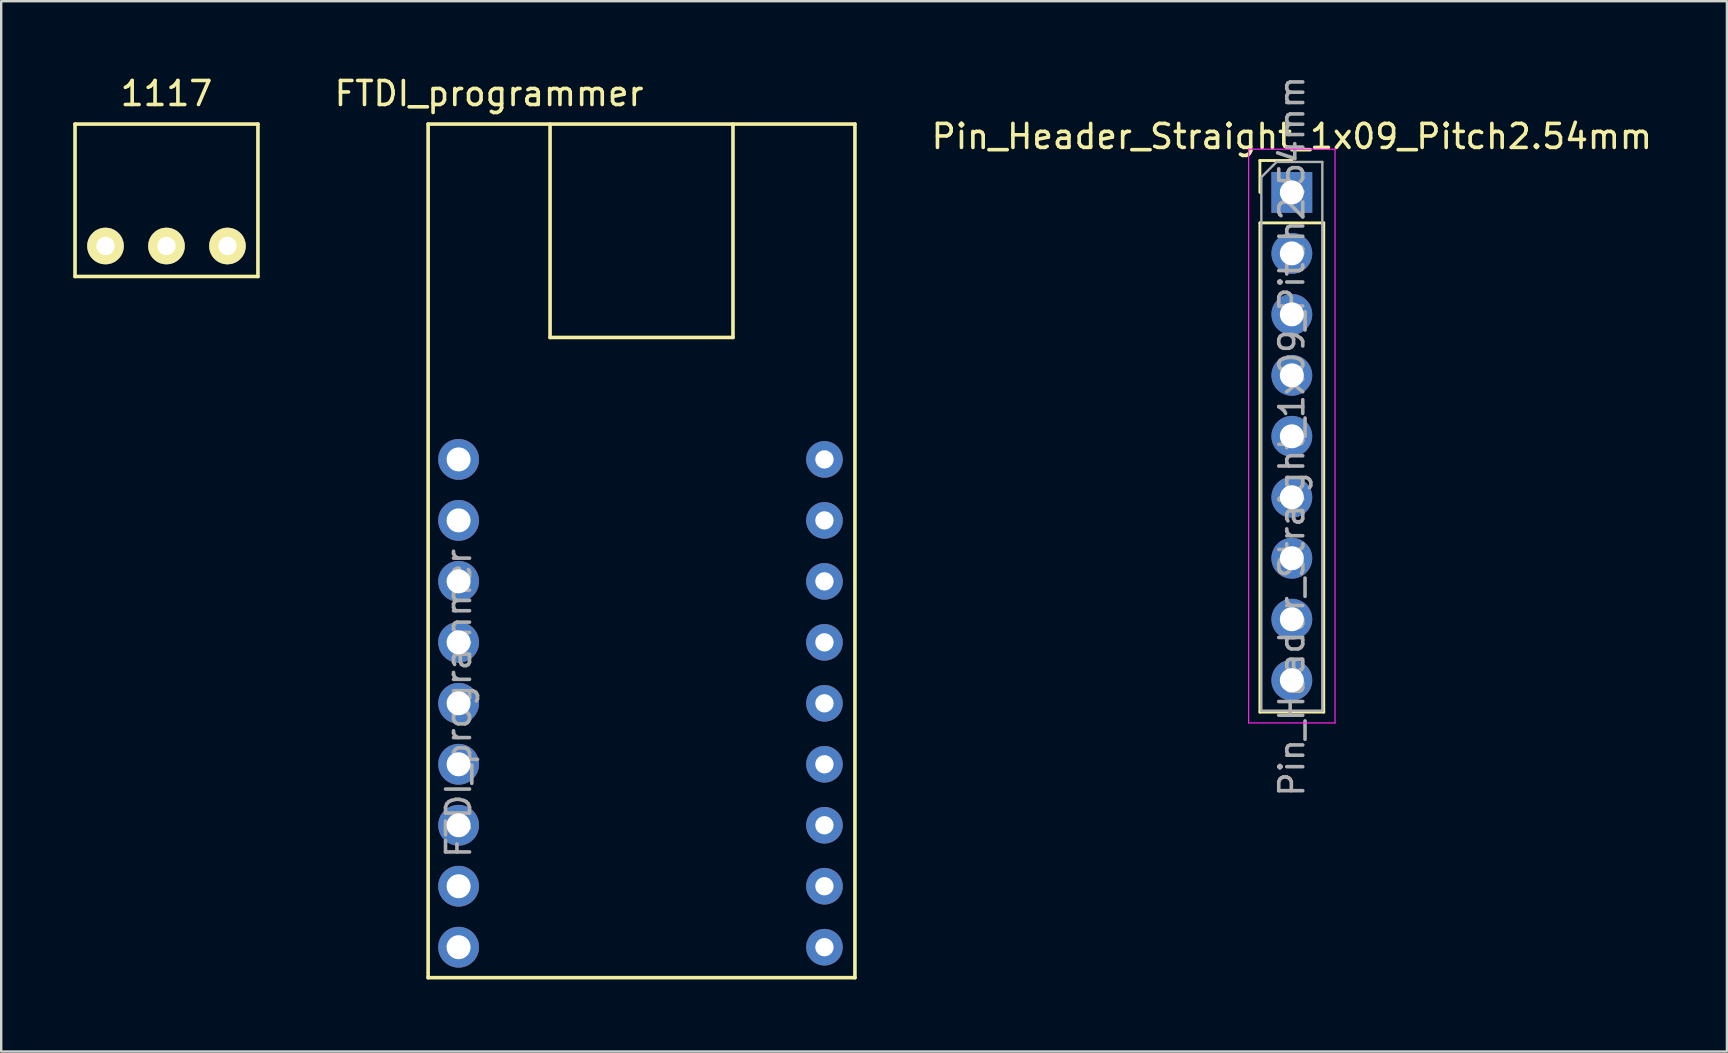
<source format=kicad_pcb>
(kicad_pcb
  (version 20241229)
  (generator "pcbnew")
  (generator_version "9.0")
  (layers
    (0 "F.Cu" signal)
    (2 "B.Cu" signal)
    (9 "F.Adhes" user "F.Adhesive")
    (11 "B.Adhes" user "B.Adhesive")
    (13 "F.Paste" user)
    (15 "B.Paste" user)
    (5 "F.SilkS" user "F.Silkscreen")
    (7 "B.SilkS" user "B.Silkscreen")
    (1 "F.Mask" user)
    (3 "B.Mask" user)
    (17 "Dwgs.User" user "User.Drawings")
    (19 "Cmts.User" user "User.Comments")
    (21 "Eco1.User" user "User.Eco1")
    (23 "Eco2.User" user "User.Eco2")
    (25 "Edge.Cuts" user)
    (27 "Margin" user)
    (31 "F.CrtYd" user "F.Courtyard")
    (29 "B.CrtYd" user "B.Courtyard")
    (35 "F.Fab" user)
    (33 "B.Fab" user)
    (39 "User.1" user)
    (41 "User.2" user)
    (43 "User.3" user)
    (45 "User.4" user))
  (footprint "Pin_Header_Straight_1x09_Pitch2.54mm"
    (layer "F.Cu")
    (at 50.764 4.965)
    (property "Reference" "Pin_Header_Straight_1x09_Pitch2.54mm" (at 0 -2.33 0) (layer "F.SilkS") (effects (font (size 1 1) (thickness 0.15))))
    (attr through_hole)
    (fp_line (start -1.33 -1.33) (end 0 -1.33) (stroke (width 0.12) (type solid)) (layer "F.SilkS"))
    (fp_line (start -1.33 0) (end -1.33 -1.33) (stroke (width 0.12) (type solid)) (layer "F.SilkS"))
    (fp_line (start -1.33 1.27) (end -1.33 21.65) (stroke (width 0.12) (type solid)) (layer "F.SilkS"))
    (fp_line (start -1.33 1.27) (end 1.33 1.27) (stroke (width 0.12) (type solid)) (layer "F.SilkS"))
    (fp_line (start -1.33 21.65) (end 1.33 21.65) (stroke (width 0.12) (type solid)) (layer "F.SilkS"))
    (fp_line (start 1.33 1.27) (end 1.33 21.65) (stroke (width 0.12) (type solid)) (layer "F.SilkS"))
    (fp_line (start -1.8 -1.8) (end -1.8 22.1) (stroke (width 0.05) (type solid)) (layer "F.CrtYd"))
    (fp_line (start -1.8 22.1) (end 1.8 22.1) (stroke (width 0.05) (type solid)) (layer "F.CrtYd"))
    (fp_line (start 1.8 -1.8) (end -1.8 -1.8) (stroke (width 0.05) (type solid)) (layer "F.CrtYd"))
    (fp_line (start 1.8 22.1) (end 1.8 -1.8) (stroke (width 0.05) (type solid)) (layer "F.CrtYd"))
    (fp_line (start -1.27 -0.635) (end -0.635 -1.27) (stroke (width 0.1) (type solid)) (layer "F.Fab"))
    (fp_line (start -1.27 21.59) (end -1.27 -0.635) (stroke (width 0.1) (type solid)) (layer "F.Fab"))
    (fp_line (start -0.635 -1.27) (end 1.27 -1.27) (stroke (width 0.1) (type solid)) (layer "F.Fab"))
    (fp_line (start 1.27 -1.27) (end 1.27 21.59) (stroke (width 0.1) (type solid)) (layer "F.Fab"))
    (fp_line (start 1.27 21.59) (end -1.27 21.59) (stroke (width 0.1) (type solid)) (layer "F.Fab"))
    (fp_text user "${REFERENCE}" (at 0 10.16 90) (layer "F.Fab") (effects (font (size 1 1) (thickness 0.15))))
    (pad "1" thru_hole rect (at 0 0) (size 1.7 1.7) (drill 1) (layers "*.Cu" "*.Mask"))
    (pad "2" thru_hole oval (at 0 2.54) (size 1.7 1.7) (drill 1) (layers "*.Cu" "*.Mask"))
    (pad "3" thru_hole oval (at 0 5.08) (size 1.7 1.7) (drill 1) (layers "*.Cu" "*.Mask"))
    (pad "4" thru_hole oval (at 0 7.62) (size 1.7 1.7) (drill 1) (layers "*.Cu" "*.Mask"))
    (pad "5" thru_hole oval (at 0 10.16) (size 1.7 1.7) (drill 1) (layers "*.Cu" "*.Mask"))
    (pad "6" thru_hole oval (at 0 12.7) (size 1.7 1.7) (drill 1) (layers "*.Cu" "*.Mask"))
    (pad "7" thru_hole oval (at 0 15.24) (size 1.7 1.7) (drill 1) (layers "*.Cu" "*.Mask"))
    (pad "8" thru_hole oval (at 0 17.78) (size 1.7 1.7) (drill 1) (layers "*.Cu" "*.Mask"))
    (pad "9" thru_hole oval (at 0 20.32) (size 1.7 1.7) (drill 1) (layers "*.Cu" "*.Mask")))
  (footprint "FTDI_programmer"
    (layer "F.Cu")
    (at 16.054 36.408)
    (property "Reference" "FTDI_programmer" (at 1.27 -35.56 0) (layer "F.SilkS") (effects (font (size 1 1) (thickness 0.15))))
    (attr through_hole)
    (fp_line (start -1.27 1.27) (end -1.27 -34.29) (stroke (width 0.15) (type solid)) (layer "F.SilkS"))
    (fp_line (start -1.27 1.27) (end 16.51 1.27) (stroke (width 0.15) (type solid)) (layer "F.SilkS"))
    (fp_line (start 3.81 -34.29) (end 3.81 -25.4) (stroke (width 0.15) (type solid)) (layer "F.SilkS"))
    (fp_line (start 3.81 -25.4) (end 11.43 -25.4) (stroke (width 0.15) (type solid)) (layer "F.SilkS"))
    (fp_line (start 11.43 -25.4) (end 11.43 -34.29) (stroke (width 0.15) (type solid)) (layer "F.SilkS"))
    (fp_line (start 16.51 -34.29) (end -1.27 -34.29) (stroke (width 0.15) (type solid)) (layer "F.SilkS"))
    (fp_line (start 16.51 -34.29) (end 16.51 1.27) (stroke (width 0.15) (type solid)) (layer "F.SilkS"))
    (fp_text user "${REFERENCE}" (at 0 -10.16 90) (layer "F.Fab") (effects (font (size 1 1) (thickness 0.15))))
    (pad "1" thru_hole circle (at 0 -20.32) (size 1.7 1.7) (drill 1) (layers "*.Cu" "*.Mask"))
    (pad "2" thru_hole oval (at 0 -17.78) (size 1.7 1.7) (drill 1) (layers "*.Cu" "*.Mask"))
    (pad "3" thru_hole oval (at 0 -15.24) (size 1.7 1.7) (drill 1) (layers "*.Cu" "*.Mask"))
    (pad "4" thru_hole oval (at 0 -12.7) (size 1.7 1.7) (drill 1) (layers "*.Cu" "*.Mask"))
    (pad "5" thru_hole oval (at 0 -10.16) (size 1.7 1.7) (drill 1) (layers "*.Cu" "*.Mask"))
    (pad "6" thru_hole oval (at 0 -7.62) (size 1.7 1.7) (drill 1) (layers "*.Cu" "*.Mask"))
    (pad "7" thru_hole oval (at 0 -5.08) (size 1.7 1.7) (drill 1) (layers "*.Cu" "*.Mask"))
    (pad "8" thru_hole oval (at 0 -2.54) (size 1.7 1.7) (drill 1) (layers "*.Cu" "*.Mask"))
    (pad "9" thru_hole oval (at 0 0) (size 1.7 1.7) (drill 1) (layers "*.Cu" "*.Mask"))
    (pad "10" thru_hole circle (at 15.24 0) (size 1.524 1.524) (drill 0.762) (layers "*.Cu" "*.Mask"))
    (pad "11" thru_hole circle (at 15.24 -2.54) (size 1.524 1.524) (drill 0.762) (layers "*.Cu" "*.Mask"))
    (pad "12" thru_hole circle (at 15.24 -5.08) (size 1.524 1.524) (drill 0.762) (layers "*.Cu" "*.Mask"))
    (pad "13" thru_hole circle (at 15.24 -7.62) (size 1.524 1.524) (drill 0.762) (layers "*.Cu" "*.Mask"))
    (pad "14" thru_hole circle (at 15.24 -10.16) (size 1.524 1.524) (drill 0.762) (layers "*.Cu" "*.Mask"))
    (pad "15" thru_hole circle (at 15.24 -12.7) (size 1.524 1.524) (drill 0.762) (layers "*.Cu" "*.Mask"))
    (pad "16" thru_hole circle (at 15.24 -15.24) (size 1.524 1.524) (drill 0.762) (layers "*.Cu" "*.Mask"))
    (pad "17" thru_hole circle (at 15.24 -17.78) (size 1.524 1.524) (drill 0.762) (layers "*.Cu" "*.Mask"))
    (pad "18" thru_hole circle (at 15.24 -20.32) (size 1.524 1.524) (drill 0.762) (layers "*.Cu" "*.Mask")))
  (footprint "1117"
    (layer "F.Cu")
    (at 3.885 7.198)
    (property "Reference" "1117" (at 0 -6.35 0) (layer "F.SilkS") (effects (font (size 1 1) (thickness 0.15))))
    (attr through_hole)
    (fp_line (start -3.81 -5.08) (end -3.81 1.27) (stroke (width 0.15) (type solid)) (layer "F.SilkS"))
    (fp_line (start -3.81 1.27) (end 3.81 1.27) (stroke (width 0.15) (type solid)) (layer "F.SilkS"))
    (fp_line (start 3.81 -5.08) (end -3.81 -5.08) (stroke (width 0.15) (type solid)) (layer "F.SilkS"))
    (fp_line (start 3.81 1.27) (end 3.81 -5.08) (stroke (width 0.15) (type solid)) (layer "F.SilkS"))
    (pad "1" thru_hole circle (at 2.54 0) (size 1.524 1.524) (drill 0.762) (layers "*.Cu" "*.Mask" "F.SilkS"))
    (pad "2" thru_hole circle (at -2.54 0) (size 1.524 1.524) (drill 0.762) (layers "*.Cu" "*.Mask" "F.SilkS"))
    (pad "3" thru_hole circle (at 0 0) (size 1.524 1.524) (drill 0.762) (layers "*.Cu" "*.Mask" "F.SilkS")))
  (gr_rect
    (start -3 -3)
    (end 68.889 40.753)
    (stroke (width 0.1) (type default))
    (fill no)
    (layer "Edge.Cuts")))
</source>
